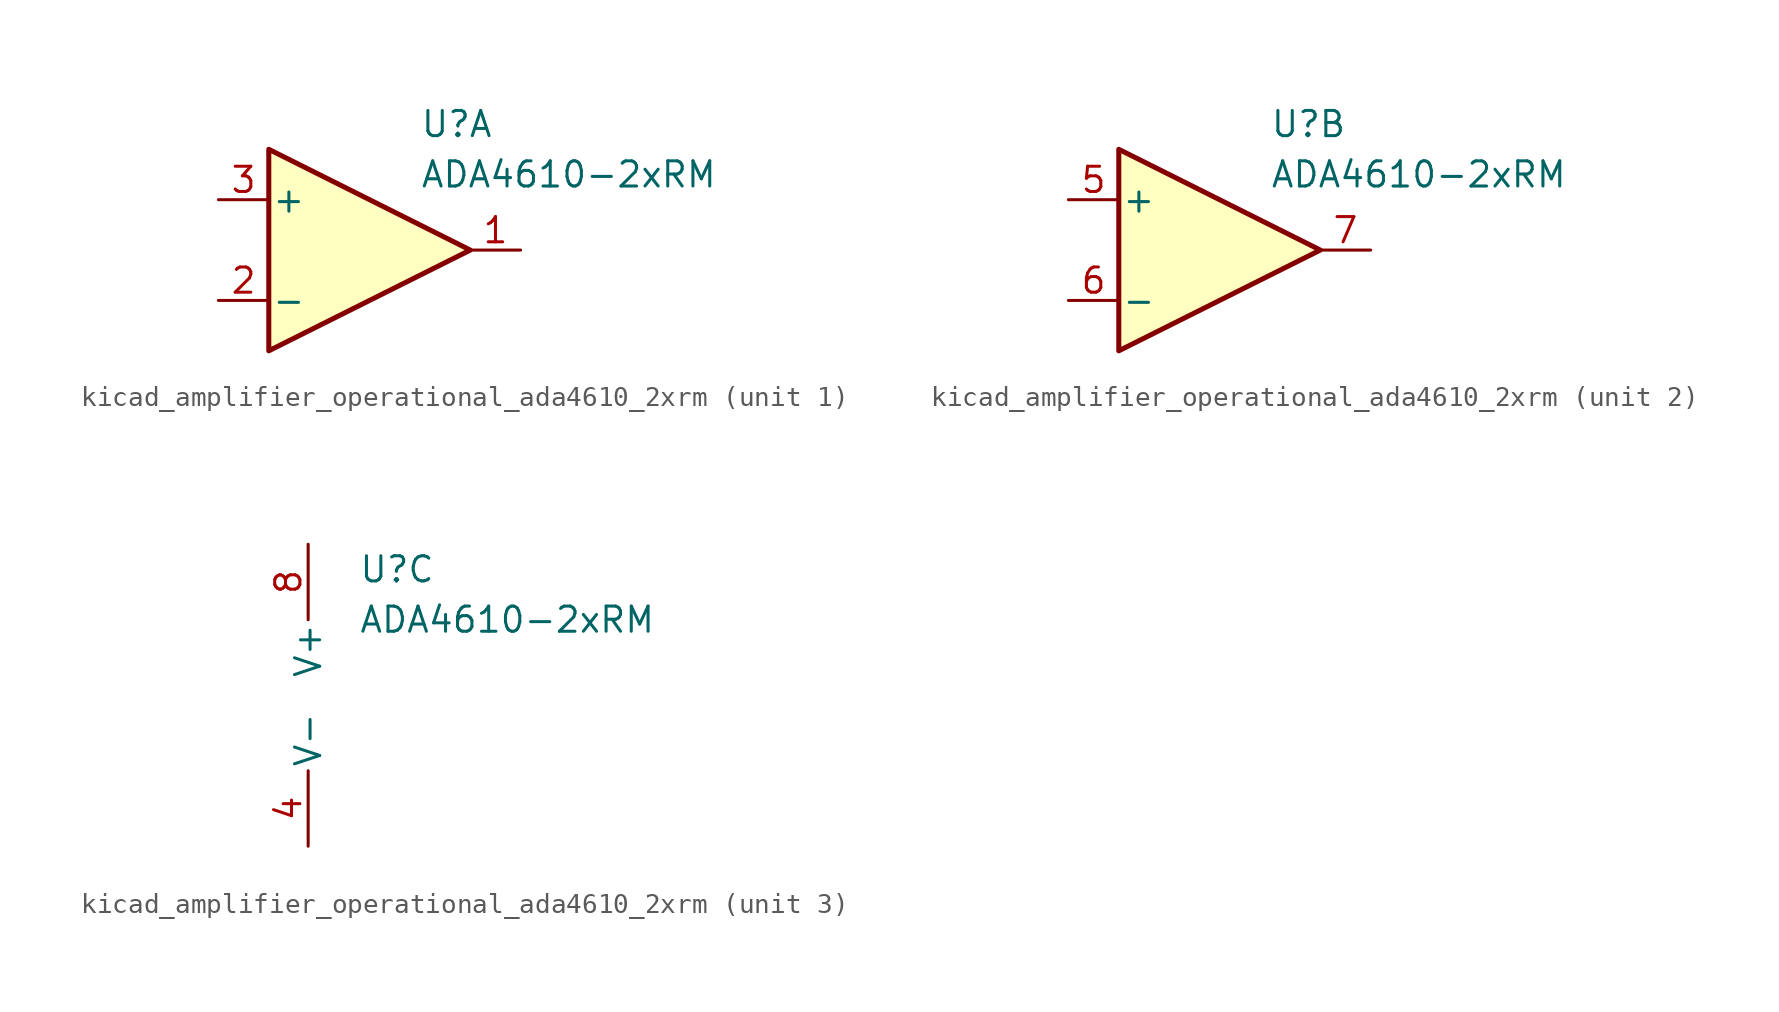
<source format=kicad_sym>
(kicad_symbol_lib
  (version 20220914)
  (generator kicad_symbol_editor)
  (symbol "kicad_amplifier_operational_ada4610_2xrm"
    (pin_names
      (offset 0.127))
    (property "Reference" "U"
      (at 2.54 6.35 0)
      (effects (font (size 1.27 1.27)) (justify left)))
    (property "Value" "ADA4610-2xRM"
      (at 2.54 3.81 0)
      (effects (font (size 1.27 1.27)) (justify left)))
    (property "ki_locked" ""
      (at 0 0 0)
      (effects (font (size 1.27 1.27))))
    (symbol "kicad_amplifier_operational_ada4610_2xrm_1_1"
      (polyline (pts (xy 5.08 0) (xy -5.08 5.08) (xy -5.08 -5.08) (xy 5.08 0)) (stroke (width 0.254) (type default)) (fill (type background)))
      (pin output line (at 7.62 0 180) (length 2.54) (name "~" (effects (font (size 1.27 1.27)))) (number "1" (effects (font (size 1.27 1.27)))))
      (pin input line (at -7.62 -2.54 0) (length 2.54) (name "-" (effects (font (size 1.27 1.27)))) (number "2" (effects (font (size 1.27 1.27)))))
      (pin input line (at -7.62 2.54 0) (length 2.54) (name "+" (effects (font (size 1.27 1.27)))) (number "3" (effects (font (size 1.27 1.27))))))
    (symbol "kicad_amplifier_operational_ada4610_2xrm_2_1"
      (polyline (pts (xy 5.08 0) (xy -5.08 5.08) (xy -5.08 -5.08) (xy 5.08 0)) (stroke (width 0.254) (type default)) (fill (type background)))
      (pin input line (at -7.62 2.54 0) (length 2.54) (name "+" (effects (font (size 1.27 1.27)))) (number "5" (effects (font (size 1.27 1.27)))))
      (pin input line (at -7.62 -2.54 0) (length 2.54) (name "-" (effects (font (size 1.27 1.27)))) (number "6" (effects (font (size 1.27 1.27)))))
      (pin output line (at 7.62 0 180) (length 2.54) (name "~" (effects (font (size 1.27 1.27)))) (number "7" (effects (font (size 1.27 1.27))))))
    (symbol "kicad_amplifier_operational_ada4610_2xrm_3_1"
      (pin power_in line (at 0 -7.62 90) (length 3.81) (name "V-" (effects (font (size 1.27 1.27)))) (number "4" (effects (font (size 1.27 1.27)))))
      (pin power_in line (at 0 7.62 270) (length 3.81) (name "V+" (effects (font (size 1.27 1.27)))) (number "8" (effects (font (size 1.27 1.27))))))))
</source>
